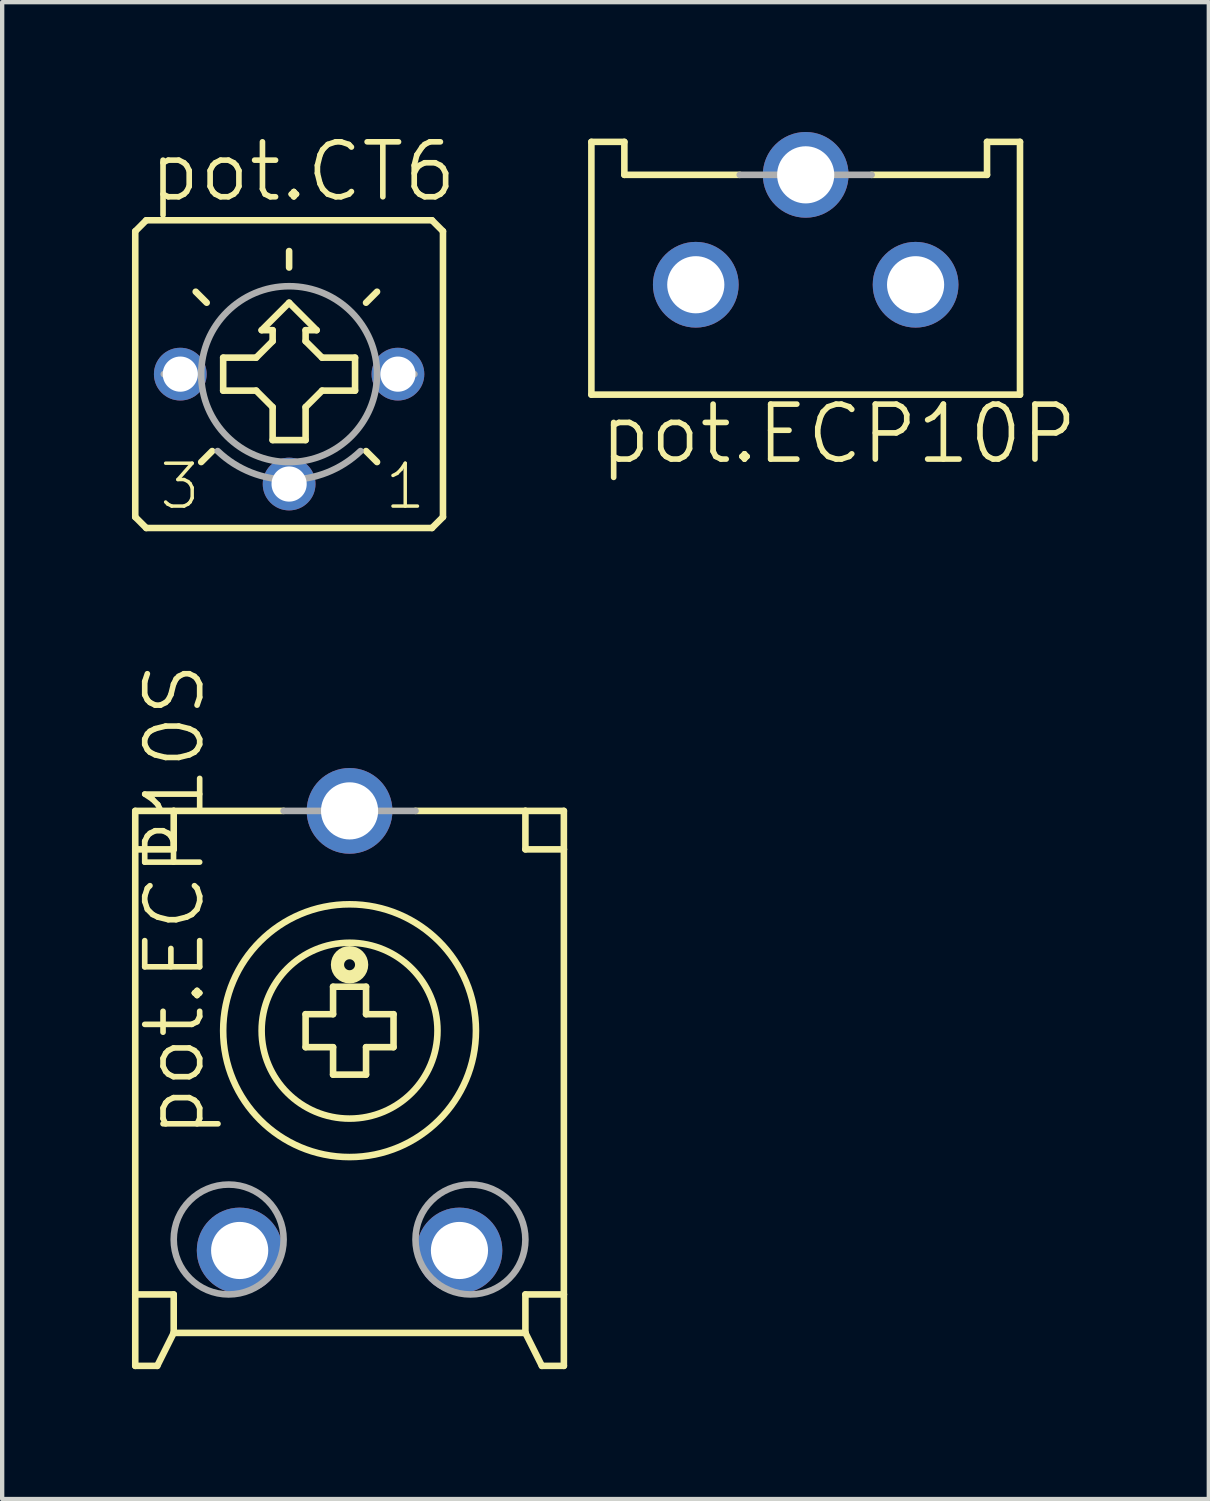
<source format=kicad_pcb>
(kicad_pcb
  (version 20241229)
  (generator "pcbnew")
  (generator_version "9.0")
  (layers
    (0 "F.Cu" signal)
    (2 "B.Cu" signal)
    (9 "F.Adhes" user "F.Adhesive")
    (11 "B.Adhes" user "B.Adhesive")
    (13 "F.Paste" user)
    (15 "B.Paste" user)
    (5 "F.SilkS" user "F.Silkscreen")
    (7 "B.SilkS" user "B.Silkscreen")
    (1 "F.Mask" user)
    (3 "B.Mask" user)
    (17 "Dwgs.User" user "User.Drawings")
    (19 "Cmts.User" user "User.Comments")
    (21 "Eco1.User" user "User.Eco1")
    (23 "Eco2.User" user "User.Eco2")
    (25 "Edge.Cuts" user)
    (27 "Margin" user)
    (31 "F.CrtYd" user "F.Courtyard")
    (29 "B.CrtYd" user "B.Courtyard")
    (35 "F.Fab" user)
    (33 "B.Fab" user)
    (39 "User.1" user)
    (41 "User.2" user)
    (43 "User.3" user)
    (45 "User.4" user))
  (footprint "pot.ECP10S"
    (layer "F.Cu")
    (at 5.029 20.771)
    (property "Reference" "pot.ECP10S" (at -3.302 2.54 90) (layer "F.SilkS") (effects (font (size 1.27 1.27) (thickness 0.13)) (justify left bottom)))
    (attr through_hole)
    (fp_line (start -4.953 -5.08) (end -4.953 -4.191) (stroke (width 0.152) (type default)) (layer "F.SilkS"))
    (fp_line (start -4.953 -4.191) (end -4.953 6.096) (stroke (width 0.152) (type default)) (layer "F.SilkS"))
    (fp_line (start -4.953 -4.191) (end -4.064 -4.191) (stroke (width 0.152) (type default)) (layer "F.SilkS"))
    (fp_line (start -4.953 6.096) (end -4.064 6.096) (stroke (width 0.152) (type default)) (layer "F.SilkS"))
    (fp_line (start -4.953 7.747) (end -4.953 6.096) (stroke (width 0.152) (type default)) (layer "F.SilkS"))
    (fp_line (start -4.445 7.747) (end -4.953 7.747) (stroke (width 0.152) (type default)) (layer "F.SilkS"))
    (fp_line (start -4.064 -5.08) (end -4.953 -5.08) (stroke (width 0.152) (type default)) (layer "F.SilkS"))
    (fp_line (start -4.064 -5.08) (end -4.064 -4.191) (stroke (width 0.152) (type default)) (layer "F.SilkS"))
    (fp_line (start -4.064 6.096) (end -4.064 6.985) (stroke (width 0.152) (type default)) (layer "F.SilkS"))
    (fp_line (start -4.064 6.985) (end -4.445 7.747) (stroke (width 0.152) (type default)) (layer "F.SilkS"))
    (fp_line (start -1.524 -5.08) (end -4.064 -5.08) (stroke (width 0.152) (type default)) (layer "F.SilkS"))
    (fp_line (start -1.016 -0.381) (end -0.381 -0.381) (stroke (width 0.152) (type default)) (layer "F.SilkS"))
    (fp_line (start -1.016 0.381) (end -1.016 -0.381) (stroke (width 0.152) (type default)) (layer "F.SilkS"))
    (fp_line (start -0.381 -1.016) (end 0.381 -1.016) (stroke (width 0.152) (type default)) (layer "F.SilkS"))
    (fp_line (start -0.381 -0.381) (end -0.381 -1.016) (stroke (width 0.152) (type default)) (layer "F.SilkS"))
    (fp_line (start -0.381 0.381) (end -1.016 0.381) (stroke (width 0.152) (type default)) (layer "F.SilkS"))
    (fp_line (start -0.381 1.016) (end -0.381 0.381) (stroke (width 0.152) (type default)) (layer "F.SilkS"))
    (fp_line (start 0.381 -1.016) (end 0.381 -0.381) (stroke (width 0.152) (type default)) (layer "F.SilkS"))
    (fp_line (start 0.381 -0.381) (end 1.016 -0.381) (stroke (width 0.152) (type default)) (layer "F.SilkS"))
    (fp_line (start 0.381 0.381) (end 0.381 1.016) (stroke (width 0.152) (type default)) (layer "F.SilkS"))
    (fp_line (start 0.381 1.016) (end -0.381 1.016) (stroke (width 0.152) (type default)) (layer "F.SilkS"))
    (fp_line (start 1.016 -0.381) (end 1.016 0.381) (stroke (width 0.152) (type default)) (layer "F.SilkS"))
    (fp_line (start 1.016 0.381) (end 0.381 0.381) (stroke (width 0.152) (type default)) (layer "F.SilkS"))
    (fp_line (start 4.064 -5.08) (end 1.524 -5.08) (stroke (width 0.152) (type default)) (layer "F.SilkS"))
    (fp_line (start 4.064 -5.08) (end 4.064 -4.191) (stroke (width 0.152) (type default)) (layer "F.SilkS"))
    (fp_line (start 4.064 -4.191) (end 4.953 -4.191) (stroke (width 0.152) (type default)) (layer "F.SilkS"))
    (fp_line (start 4.064 6.096) (end 4.064 6.985) (stroke (width 0.152) (type default)) (layer "F.SilkS"))
    (fp_line (start 4.064 6.096) (end 4.953 6.096) (stroke (width 0.152) (type default)) (layer "F.SilkS"))
    (fp_line (start 4.064 6.985) (end -4.064 6.985) (stroke (width 0.152) (type default)) (layer "F.SilkS"))
    (fp_line (start 4.064 6.985) (end 4.445 7.747) (stroke (width 0.152) (type default)) (layer "F.SilkS"))
    (fp_line (start 4.953 -5.08) (end 4.064 -5.08) (stroke (width 0.152) (type default)) (layer "F.SilkS"))
    (fp_line (start 4.953 -4.191) (end 4.953 -5.08) (stroke (width 0.152) (type default)) (layer "F.SilkS"))
    (fp_line (start 4.953 6.096) (end 4.953 -4.191) (stroke (width 0.152) (type default)) (layer "F.SilkS"))
    (fp_line (start 4.953 7.747) (end 4.445 7.747) (stroke (width 0.152) (type default)) (layer "F.SilkS"))
    (fp_line (start 4.953 7.747) (end 4.953 6.096) (stroke (width 0.152) (type default)) (layer "F.SilkS"))
    (fp_circle (center 0 -1.524) (end 0.127 -1.524) (stroke (width 0.305) (type default)) (fill no) (layer "F.SilkS"))
    (fp_circle (center 0 0) (end 2.032 0) (stroke (width 0.152) (type default)) (fill no) (layer "F.SilkS"))
    (fp_circle (center 0 0) (end 2.921 0) (stroke (width 0.152) (type default)) (fill no) (layer "F.SilkS"))
    (fp_line (start 1.524 -5.08) (end -1.524 -5.08) (stroke (width 0.152) (type default)) (layer "F.Fab"))
    (fp_rect (start -0.508 -5.08) (end 0.508 -5.461) (stroke (width 0.05) (type default)) (fill no) (layer "F.Fab"))
    (fp_circle (center -2.794 4.826) (end -1.524 4.826) (stroke (width 0.152) (type default)) (fill no) (layer "F.Fab"))
    (fp_circle (center 2.794 4.826) (end 4.064 4.826) (stroke (width 0.152) (type default)) (fill no) (layer "F.Fab"))
    (pad "A" thru_hole circle (at -2.54 5.08) (size 1.981 1.981) (drill 1.321) (layers "*.Cu" "*.Mask"))
    (pad "E" thru_hole circle (at 2.54 5.08) (size 1.981 1.981) (drill 1.321) (layers "*.Cu" "*.Mask"))
    (pad "S" thru_hole circle (at 0 -5.08) (size 1.981 1.981) (drill 1.321) (layers "*.Cu" "*.Mask")))
  (footprint "pot.ECP10P"
    (layer "F.Cu")
    (at 15.571 3.531)
    (property "Reference" "pot.ECP10P" (at -4.826 4.191 0) (layer "F.SilkS") (effects (font (size 1.27 1.27) (thickness 0.13)) (justify left bottom)))
    (attr through_hole)
    (fp_line (start -4.953 -3.302) (end -4.191 -3.302) (stroke (width 0.152) (type default)) (layer "F.SilkS"))
    (fp_line (start -4.953 2.54) (end -4.953 -3.302) (stroke (width 0.152) (type default)) (layer "F.SilkS"))
    (fp_line (start -4.953 2.54) (end 4.953 2.54) (stroke (width 0.152) (type default)) (layer "F.SilkS"))
    (fp_line (start -4.191 -2.54) (end -4.191 -3.302) (stroke (width 0.152) (type default)) (layer "F.SilkS"))
    (fp_line (start -1.524 -2.54) (end -4.191 -2.54) (stroke (width 0.152) (type default)) (layer "F.SilkS"))
    (fp_line (start 4.191 -2.54) (end 1.524 -2.54) (stroke (width 0.152) (type default)) (layer "F.SilkS"))
    (fp_line (start 4.191 -2.54) (end 4.191 -3.302) (stroke (width 0.152) (type default)) (layer "F.SilkS"))
    (fp_line (start 4.953 -3.302) (end 4.191 -3.302) (stroke (width 0.152) (type default)) (layer "F.SilkS"))
    (fp_line (start 4.953 -3.302) (end 4.953 2.54) (stroke (width 0.152) (type default)) (layer "F.SilkS"))
    (fp_line (start 1.524 -2.54) (end -1.524 -2.54) (stroke (width 0.152) (type default)) (layer "F.Fab"))
    (fp_rect (start -0.508 -2.54) (end 0.508 -2.794) (stroke (width 0.05) (type default)) (fill no) (layer "F.Fab"))
    (pad "A" thru_hole circle (at -2.54 0) (size 1.981 1.981) (drill 1.321) (layers "*.Cu" "*.Mask"))
    (pad "E" thru_hole circle (at 2.54 0) (size 1.981 1.981) (drill 1.321) (layers "*.Cu" "*.Mask"))
    (pad "S" thru_hole circle (at 0 -2.54) (size 1.981 1.981) (drill 1.321) (layers "*.Cu" "*.Mask")))
  (footprint "pot.CT6"
    (layer "F.Cu")
    (at 3.632 5.597)
    (property "Reference" "pot.CT6" (at -3.302 -3.937 0) (layer "F.SilkS") (effects (font (size 1.27 1.27) (thickness 0.13)) (justify left bottom)))
    (attr through_hole)
    (fp_line (start -3.556 -3.302) (end -3.556 3.302) (stroke (width 0.152) (type default)) (layer "F.SilkS"))
    (fp_line (start -3.302 -3.556) (end -3.556 -3.302) (stroke (width 0.152) (type default)) (layer "F.SilkS"))
    (fp_line (start -3.302 3.556) (end -3.556 3.302) (stroke (width 0.152) (type default)) (layer "F.SilkS"))
    (fp_line (start -3.302 3.556) (end 3.302 3.556) (stroke (width 0.152) (type default)) (layer "F.SilkS"))
    (fp_line (start -1.905 -1.651) (end -2.159 -1.905) (stroke (width 0.152) (type default)) (layer "F.SilkS"))
    (fp_line (start -1.778 1.778) (end -2.032 2.032) (stroke (width 0.152) (type default)) (layer "F.SilkS"))
    (fp_line (start -1.524 -0.381) (end -1.524 0.381) (stroke (width 0.152) (type default)) (layer "F.SilkS"))
    (fp_line (start -1.524 0.381) (end -0.762 0.381) (stroke (width 0.152) (type default)) (layer "F.SilkS"))
    (fp_line (start -0.762 -0.381) (end -1.524 -0.381) (stroke (width 0.152) (type default)) (layer "F.SilkS"))
    (fp_line (start -0.635 -1.016) (end -0.381 -1.016) (stroke (width 0.152) (type default)) (layer "F.SilkS"))
    (fp_line (start -0.381 -1.016) (end -0.381 -0.762) (stroke (width 0.152) (type default)) (layer "F.SilkS"))
    (fp_line (start -0.381 -0.762) (end -0.762 -0.381) (stroke (width 0.152) (type default)) (layer "F.SilkS"))
    (fp_line (start -0.381 0.762) (end -0.762 0.381) (stroke (width 0.152) (type default)) (layer "F.SilkS"))
    (fp_line (start -0.381 0.762) (end -0.381 1.524) (stroke (width 0.152) (type default)) (layer "F.SilkS"))
    (fp_line (start -0.381 1.524) (end 0.381 1.524) (stroke (width 0.152) (type default)) (layer "F.SilkS"))
    (fp_line (start 0 -2.464) (end 0 -2.845) (stroke (width 0.152) (type default)) (layer "F.SilkS"))
    (fp_line (start 0 -1.651) (end -0.635 -1.016) (stroke (width 0.152) (type default)) (layer "F.SilkS"))
    (fp_line (start 0.381 -1.016) (end 0.635 -1.016) (stroke (width 0.152) (type default)) (layer "F.SilkS"))
    (fp_line (start 0.381 -0.762) (end 0.381 -1.016) (stroke (width 0.152) (type default)) (layer "F.SilkS"))
    (fp_line (start 0.381 0.762) (end 0.762 0.381) (stroke (width 0.152) (type default)) (layer "F.SilkS"))
    (fp_line (start 0.381 1.524) (end 0.381 0.762) (stroke (width 0.152) (type default)) (layer "F.SilkS"))
    (fp_line (start 0.635 -1.016) (end 0 -1.651) (stroke (width 0.152) (type default)) (layer "F.SilkS"))
    (fp_line (start 0.762 -0.381) (end 0.381 -0.762) (stroke (width 0.152) (type default)) (layer "F.SilkS"))
    (fp_line (start 0.762 0.381) (end 1.524 0.381) (stroke (width 0.152) (type default)) (layer "F.SilkS"))
    (fp_line (start 1.524 -0.381) (end 0.762 -0.381) (stroke (width 0.152) (type default)) (layer "F.SilkS"))
    (fp_line (start 1.524 0.381) (end 1.524 -0.381) (stroke (width 0.152) (type default)) (layer "F.SilkS"))
    (fp_line (start 1.778 -1.651) (end 2.032 -1.905) (stroke (width 0.152) (type default)) (layer "F.SilkS"))
    (fp_line (start 1.778 1.778) (end 2.032 2.032) (stroke (width 0.152) (type default)) (layer "F.SilkS"))
    (fp_line (start 3.302 -3.556) (end -3.302 -3.556) (stroke (width 0.152) (type default)) (layer "F.SilkS"))
    (fp_line (start 3.302 -3.556) (end 3.556 -3.302) (stroke (width 0.152) (type default)) (layer "F.SilkS"))
    (fp_line (start 3.302 3.556) (end 3.556 3.302) (stroke (width 0.152) (type default)) (layer "F.SilkS"))
    (fp_line (start 3.556 3.302) (end 3.556 -3.302) (stroke (width 0.152) (type default)) (layer "F.SilkS"))
    (fp_line (start -2.515 0) (end -2.896 0) (stroke (width 0.152) (type default)) (layer "F.Fab"))
    (fp_line (start 2.515 0) (end 2.896 0) (stroke (width 0.152) (type default)) (layer "F.Fab"))
    (fp_arc (start 1.651 1.778) (mid 0 2.440156) (end -1.651 1.778) (stroke (width 0.1524) (type default)) (layer "F.Fab"))
    (fp_circle (center 0 0) (end 2.032 0) (stroke (width 0.152) (type default)) (fill no) (layer "F.Fab"))
    (fp_text user "3" (at -3.048 3.175 0) (layer "F.SilkS") (effects (font (size 0.991 0.991) (thickness 0.08)) (justify left bottom)))
    (fp_text user "1" (at 2.159 3.175 0) (layer "F.SilkS") (effects (font (size 0.991 0.991) (thickness 0.08)) (justify left bottom)))
    (pad "A" thru_hole circle (at 2.515 0) (size 1.219 1.219) (drill 0.813) (layers "*.Cu" "*.Mask"))
    (pad "E" thru_hole circle (at -2.515 0) (size 1.219 1.219) (drill 0.813) (layers "*.Cu" "*.Mask"))
    (pad "S" thru_hole circle (at 0 2.54) (size 1.219 1.219) (drill 0.813) (layers "*.Cu" "*.Mask")))
  (gr_rect
    (start -3 -3)
    (end 24.888 31.595)
    (stroke (width 0.1) (type default))
    (fill no)
    (layer "Edge.Cuts")))
</source>
